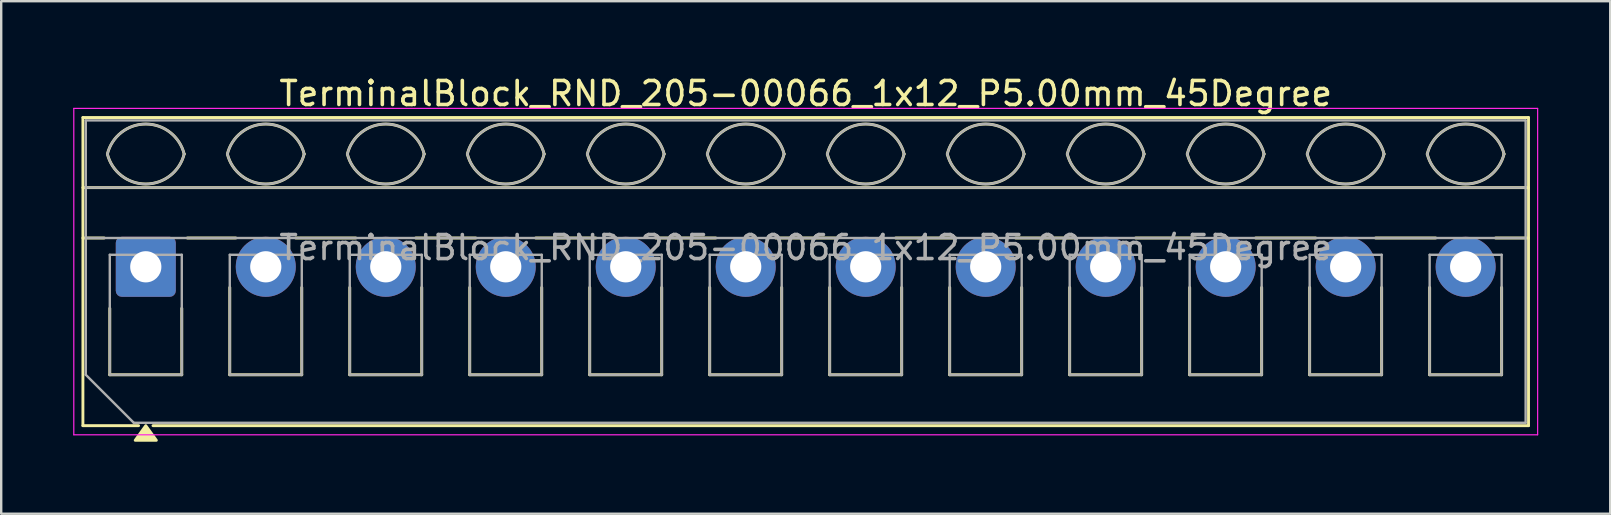
<source format=kicad_pcb>
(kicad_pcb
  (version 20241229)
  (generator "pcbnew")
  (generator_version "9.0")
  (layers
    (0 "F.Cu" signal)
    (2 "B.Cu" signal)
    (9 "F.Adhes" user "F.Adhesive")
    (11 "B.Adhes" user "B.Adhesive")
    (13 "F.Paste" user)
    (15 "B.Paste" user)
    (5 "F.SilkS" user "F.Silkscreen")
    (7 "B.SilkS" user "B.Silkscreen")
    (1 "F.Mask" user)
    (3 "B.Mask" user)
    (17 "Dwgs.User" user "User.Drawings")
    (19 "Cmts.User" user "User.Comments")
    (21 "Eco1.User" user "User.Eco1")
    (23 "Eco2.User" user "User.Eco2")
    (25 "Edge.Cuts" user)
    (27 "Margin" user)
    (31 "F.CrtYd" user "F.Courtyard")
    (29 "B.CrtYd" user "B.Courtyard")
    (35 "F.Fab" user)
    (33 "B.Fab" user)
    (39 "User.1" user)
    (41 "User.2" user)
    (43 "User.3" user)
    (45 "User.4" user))
  (footprint "TerminalBlock_RND_205-00066_1x12_P5.00mm_45Degree"
    (layer "F.Cu")
    (at 3.025 8.068)
    (property "Reference" "TerminalBlock_RND_205-00066_1x12_P5.00mm_45Degree" (at 27.5 -7.22 0) (layer "F.SilkS") (effects (font (size 1 1) (thickness 0.15))))
    (attr through_hole)
    (fp_line (start -2.62 -6.22) (end 57.62 -6.22) (stroke (width 0.12) (type solid)) (layer "F.SilkS"))
    (fp_line (start -2.62 -3.3) (end 57.62 -3.3) (stroke (width 0.12) (type solid)) (layer "F.SilkS"))
    (fp_line (start -2.62 -1.2) (end -1.73 -1.2) (stroke (width 0.12) (type solid)) (layer "F.SilkS"))
    (fp_line (start -2.62 6.62) (end -2.62 -6.22) (stroke (width 0.12) (type solid)) (layer "F.SilkS"))
    (fp_line (start -1.5 4.5) (end -1.5 1.73) (stroke (width 0.12) (type solid)) (layer "F.SilkS"))
    (fp_line (start -0.3 6.62) (end -2.62 6.62) (stroke (width 0.12) (type solid)) (layer "F.SilkS"))
    (fp_line (start 1.5 1.73) (end 1.5 4.5) (stroke (width 0.12) (type solid)) (layer "F.SilkS"))
    (fp_line (start 1.5 4.5) (end -1.5 4.5) (stroke (width 0.12) (type solid)) (layer "F.SilkS"))
    (fp_line (start 1.73 -1.2) (end 3.754 -1.2) (stroke (width 0.12) (type solid)) (layer "F.SilkS"))
    (fp_line (start 3.5 4.5) (end 3.5 0.862) (stroke (width 0.12) (type solid)) (layer "F.SilkS"))
    (fp_line (start 6.246 -1.2) (end 8.754 -1.2) (stroke (width 0.12) (type solid)) (layer "F.SilkS"))
    (fp_line (start 6.5 0.862) (end 6.5 4.5) (stroke (width 0.12) (type solid)) (layer "F.SilkS"))
    (fp_line (start 6.5 4.5) (end 3.5 4.5) (stroke (width 0.12) (type solid)) (layer "F.SilkS"))
    (fp_line (start 8.5 4.5) (end 8.5 0.862) (stroke (width 0.12) (type solid)) (layer "F.SilkS"))
    (fp_line (start 11.246 -1.2) (end 13.754 -1.2) (stroke (width 0.12) (type solid)) (layer "F.SilkS"))
    (fp_line (start 11.5 0.862) (end 11.5 4.5) (stroke (width 0.12) (type solid)) (layer "F.SilkS"))
    (fp_line (start 11.5 4.5) (end 8.5 4.5) (stroke (width 0.12) (type solid)) (layer "F.SilkS"))
    (fp_line (start 13.5 4.5) (end 13.5 0.862) (stroke (width 0.12) (type solid)) (layer "F.SilkS"))
    (fp_line (start 16.246 -1.2) (end 18.754 -1.2) (stroke (width 0.12) (type solid)) (layer "F.SilkS"))
    (fp_line (start 16.5 0.862) (end 16.5 4.5) (stroke (width 0.12) (type solid)) (layer "F.SilkS"))
    (fp_line (start 16.5 4.5) (end 13.5 4.5) (stroke (width 0.12) (type solid)) (layer "F.SilkS"))
    (fp_line (start 18.5 4.5) (end 18.5 0.862) (stroke (width 0.12) (type solid)) (layer "F.SilkS"))
    (fp_line (start 21.246 -1.2) (end 23.754 -1.2) (stroke (width 0.12) (type solid)) (layer "F.SilkS"))
    (fp_line (start 21.5 0.862) (end 21.5 4.5) (stroke (width 0.12) (type solid)) (layer "F.SilkS"))
    (fp_line (start 21.5 4.5) (end 18.5 4.5) (stroke (width 0.12) (type solid)) (layer "F.SilkS"))
    (fp_line (start 23.5 4.5) (end 23.5 0.862) (stroke (width 0.12) (type solid)) (layer "F.SilkS"))
    (fp_line (start 26.246 -1.2) (end 28.754 -1.2) (stroke (width 0.12) (type solid)) (layer "F.SilkS"))
    (fp_line (start 26.5 0.862) (end 26.5 4.5) (stroke (width 0.12) (type solid)) (layer "F.SilkS"))
    (fp_line (start 26.5 4.5) (end 23.5 4.5) (stroke (width 0.12) (type solid)) (layer "F.SilkS"))
    (fp_line (start 28.5 4.5) (end 28.5 0.862) (stroke (width 0.12) (type solid)) (layer "F.SilkS"))
    (fp_line (start 31.246 -1.2) (end 33.754 -1.2) (stroke (width 0.12) (type solid)) (layer "F.SilkS"))
    (fp_line (start 31.5 0.862) (end 31.5 4.5) (stroke (width 0.12) (type solid)) (layer "F.SilkS"))
    (fp_line (start 31.5 4.5) (end 28.5 4.5) (stroke (width 0.12) (type solid)) (layer "F.SilkS"))
    (fp_line (start 33.5 4.5) (end 33.5 0.862) (stroke (width 0.12) (type solid)) (layer "F.SilkS"))
    (fp_line (start 36.246 -1.2) (end 38.754 -1.2) (stroke (width 0.12) (type solid)) (layer "F.SilkS"))
    (fp_line (start 36.5 0.862) (end 36.5 4.5) (stroke (width 0.12) (type solid)) (layer "F.SilkS"))
    (fp_line (start 36.5 4.5) (end 33.5 4.5) (stroke (width 0.12) (type solid)) (layer "F.SilkS"))
    (fp_line (start 38.5 4.5) (end 38.5 0.862) (stroke (width 0.12) (type solid)) (layer "F.SilkS"))
    (fp_line (start 41.246 -1.2) (end 43.754 -1.2) (stroke (width 0.12) (type solid)) (layer "F.SilkS"))
    (fp_line (start 41.5 0.862) (end 41.5 4.5) (stroke (width 0.12) (type solid)) (layer "F.SilkS"))
    (fp_line (start 41.5 4.5) (end 38.5 4.5) (stroke (width 0.12) (type solid)) (layer "F.SilkS"))
    (fp_line (start 43.5 4.5) (end 43.5 0.862) (stroke (width 0.12) (type solid)) (layer "F.SilkS"))
    (fp_line (start 46.246 -1.2) (end 48.754 -1.2) (stroke (width 0.12) (type solid)) (layer "F.SilkS"))
    (fp_line (start 46.5 0.862) (end 46.5 4.5) (stroke (width 0.12) (type solid)) (layer "F.SilkS"))
    (fp_line (start 46.5 4.5) (end 43.5 4.5) (stroke (width 0.12) (type solid)) (layer "F.SilkS"))
    (fp_line (start 48.5 4.5) (end 48.5 0.862) (stroke (width 0.12) (type solid)) (layer "F.SilkS"))
    (fp_line (start 51.246 -1.2) (end 53.754 -1.2) (stroke (width 0.12) (type solid)) (layer "F.SilkS"))
    (fp_line (start 51.5 0.862) (end 51.5 4.5) (stroke (width 0.12) (type solid)) (layer "F.SilkS"))
    (fp_line (start 51.5 4.5) (end 48.5 4.5) (stroke (width 0.12) (type solid)) (layer "F.SilkS"))
    (fp_line (start 53.5 4.5) (end 53.5 0.862) (stroke (width 0.12) (type solid)) (layer "F.SilkS"))
    (fp_line (start 56.246 -1.2) (end 57.62 -1.2) (stroke (width 0.12) (type solid)) (layer "F.SilkS"))
    (fp_line (start 56.5 0.862) (end 56.5 4.5) (stroke (width 0.12) (type solid)) (layer "F.SilkS"))
    (fp_line (start 56.5 4.5) (end 53.5 4.5) (stroke (width 0.12) (type solid)) (layer "F.SilkS"))
    (fp_line (start 57.62 -6.22) (end 57.62 6.62) (stroke (width 0.12) (type solid)) (layer "F.SilkS"))
    (fp_line (start 57.62 6.62) (end 0.3 6.62) (stroke (width 0.12) (type solid)) (layer "F.SilkS"))
    (fp_arc (start -1.6 -4.7) (mid 0 -5.95) (end 1.6 -4.7) (stroke (width 0.12) (type solid)) (layer "F.SilkS"))
    (fp_arc (start 1.6 -4.7) (mid 0 -3.45) (end -1.6 -4.7) (stroke (width 0.12) (type solid)) (layer "F.SilkS"))
    (fp_arc (start 3.4 -4.7) (mid 5 -5.95) (end 6.6 -4.7) (stroke (width 0.12) (type solid)) (layer "F.SilkS"))
    (fp_arc (start 6.6 -4.7) (mid 5 -3.45) (end 3.4 -4.7) (stroke (width 0.12) (type solid)) (layer "F.SilkS"))
    (fp_arc (start 8.4 -4.7) (mid 10 -5.95) (end 11.6 -4.7) (stroke (width 0.12) (type solid)) (layer "F.SilkS"))
    (fp_arc (start 11.6 -4.7) (mid 10 -3.45) (end 8.4 -4.7) (stroke (width 0.12) (type solid)) (layer "F.SilkS"))
    (fp_arc (start 13.4 -4.7) (mid 15 -5.95) (end 16.6 -4.7) (stroke (width 0.12) (type solid)) (layer "F.SilkS"))
    (fp_arc (start 16.6 -4.7) (mid 15 -3.45) (end 13.4 -4.7) (stroke (width 0.12) (type solid)) (layer "F.SilkS"))
    (fp_arc (start 18.4 -4.7) (mid 20 -5.95) (end 21.6 -4.7) (stroke (width 0.12) (type solid)) (layer "F.SilkS"))
    (fp_arc (start 21.6 -4.7) (mid 20 -3.45) (end 18.4 -4.7) (stroke (width 0.12) (type solid)) (layer "F.SilkS"))
    (fp_arc (start 23.4 -4.7) (mid 25 -5.95) (end 26.6 -4.7) (stroke (width 0.12) (type solid)) (layer "F.SilkS"))
    (fp_arc (start 26.6 -4.7) (mid 25 -3.45) (end 23.4 -4.7) (stroke (width 0.12) (type solid)) (layer "F.SilkS"))
    (fp_arc (start 28.4 -4.7) (mid 30 -5.95) (end 31.6 -4.7) (stroke (width 0.12) (type solid)) (layer "F.SilkS"))
    (fp_arc (start 31.6 -4.7) (mid 30 -3.45) (end 28.4 -4.7) (stroke (width 0.12) (type solid)) (layer "F.SilkS"))
    (fp_arc (start 33.4 -4.7) (mid 35 -5.95) (end 36.6 -4.7) (stroke (width 0.12) (type solid)) (layer "F.SilkS"))
    (fp_arc (start 36.6 -4.7) (mid 35 -3.45) (end 33.4 -4.7) (stroke (width 0.12) (type solid)) (layer "F.SilkS"))
    (fp_arc (start 38.4 -4.7) (mid 40 -5.95) (end 41.6 -4.7) (stroke (width 0.12) (type solid)) (layer "F.SilkS"))
    (fp_arc (start 41.6 -4.7) (mid 40 -3.45) (end 38.4 -4.7) (stroke (width 0.12) (type solid)) (layer "F.SilkS"))
    (fp_arc (start 43.4 -4.7) (mid 45 -5.95) (end 46.6 -4.7) (stroke (width 0.12) (type solid)) (layer "F.SilkS"))
    (fp_arc (start 46.6 -4.7) (mid 45 -3.45) (end 43.4 -4.7) (stroke (width 0.12) (type solid)) (layer "F.SilkS"))
    (fp_arc (start 48.4 -4.7) (mid 50 -5.95) (end 51.6 -4.7) (stroke (width 0.12) (type solid)) (layer "F.SilkS"))
    (fp_arc (start 51.6 -4.7) (mid 50 -3.45) (end 48.4 -4.7) (stroke (width 0.12) (type solid)) (layer "F.SilkS"))
    (fp_arc (start 53.4 -4.7) (mid 55 -5.95) (end 56.6 -4.7) (stroke (width 0.12) (type solid)) (layer "F.SilkS"))
    (fp_arc (start 56.6 -4.7) (mid 55 -3.45) (end 53.4 -4.7) (stroke (width 0.12) (type solid)) (layer "F.SilkS"))
    (fp_poly (pts (xy 0 6.62) (xy 0.44 7.23) (xy -0.44 7.23)) (stroke (width 0.12) (type solid)) (fill yes) (layer "F.SilkS"))
    (fp_line (start -3 -6.6) (end -3 7) (stroke (width 0.05) (type solid)) (layer "F.CrtYd"))
    (fp_line (start -3 7) (end 58 7) (stroke (width 0.05) (type solid)) (layer "F.CrtYd"))
    (fp_line (start 58 -6.6) (end -3 -6.6) (stroke (width 0.05) (type solid)) (layer "F.CrtYd"))
    (fp_line (start 58 7) (end 58 -6.6) (stroke (width 0.05) (type solid)) (layer "F.CrtYd"))
    (fp_line (start -2.5 -6.1) (end 57.5 -6.1) (stroke (width 0.1) (type solid)) (layer "F.Fab"))
    (fp_line (start -2.5 -3.3) (end 57.5 -3.3) (stroke (width 0.1) (type solid)) (layer "F.Fab"))
    (fp_line (start -2.5 -1.2) (end 57.5 -1.2) (stroke (width 0.1) (type solid)) (layer "F.Fab"))
    (fp_line (start -2.5 4.5) (end -2.5 -6.1) (stroke (width 0.1) (type solid)) (layer "F.Fab"))
    (fp_line (start -1.5 -0.5) (end -1.5 4.5) (stroke (width 0.1) (type solid)) (layer "F.Fab"))
    (fp_line (start -1.5 4.5) (end 1.5 4.5) (stroke (width 0.1) (type solid)) (layer "F.Fab"))
    (fp_line (start -0.5 6.5) (end -2.5 4.5) (stroke (width 0.1) (type solid)) (layer "F.Fab"))
    (fp_line (start 1.5 -0.5) (end -1.5 -0.5) (stroke (width 0.1) (type solid)) (layer "F.Fab"))
    (fp_line (start 1.5 4.5) (end 1.5 -0.5) (stroke (width 0.1) (type solid)) (layer "F.Fab"))
    (fp_line (start 3.5 -0.5) (end 3.5 4.5) (stroke (width 0.1) (type solid)) (layer "F.Fab"))
    (fp_line (start 3.5 4.5) (end 6.5 4.5) (stroke (width 0.1) (type solid)) (layer "F.Fab"))
    (fp_line (start 6.5 -0.5) (end 3.5 -0.5) (stroke (width 0.1) (type solid)) (layer "F.Fab"))
    (fp_line (start 6.5 4.5) (end 6.5 -0.5) (stroke (width 0.1) (type solid)) (layer "F.Fab"))
    (fp_line (start 8.5 -0.5) (end 8.5 4.5) (stroke (width 0.1) (type solid)) (layer "F.Fab"))
    (fp_line (start 8.5 4.5) (end 11.5 4.5) (stroke (width 0.1) (type solid)) (layer "F.Fab"))
    (fp_line (start 11.5 -0.5) (end 8.5 -0.5) (stroke (width 0.1) (type solid)) (layer "F.Fab"))
    (fp_line (start 11.5 4.5) (end 11.5 -0.5) (stroke (width 0.1) (type solid)) (layer "F.Fab"))
    (fp_line (start 13.5 -0.5) (end 13.5 4.5) (stroke (width 0.1) (type solid)) (layer "F.Fab"))
    (fp_line (start 13.5 4.5) (end 16.5 4.5) (stroke (width 0.1) (type solid)) (layer "F.Fab"))
    (fp_line (start 16.5 -0.5) (end 13.5 -0.5) (stroke (width 0.1) (type solid)) (layer "F.Fab"))
    (fp_line (start 16.5 4.5) (end 16.5 -0.5) (stroke (width 0.1) (type solid)) (layer "F.Fab"))
    (fp_line (start 18.5 -0.5) (end 18.5 4.5) (stroke (width 0.1) (type solid)) (layer "F.Fab"))
    (fp_line (start 18.5 4.5) (end 21.5 4.5) (stroke (width 0.1) (type solid)) (layer "F.Fab"))
    (fp_line (start 21.5 -0.5) (end 18.5 -0.5) (stroke (width 0.1) (type solid)) (layer "F.Fab"))
    (fp_line (start 21.5 4.5) (end 21.5 -0.5) (stroke (width 0.1) (type solid)) (layer "F.Fab"))
    (fp_line (start 23.5 -0.5) (end 23.5 4.5) (stroke (width 0.1) (type solid)) (layer "F.Fab"))
    (fp_line (start 23.5 4.5) (end 26.5 4.5) (stroke (width 0.1) (type solid)) (layer "F.Fab"))
    (fp_line (start 26.5 -0.5) (end 23.5 -0.5) (stroke (width 0.1) (type solid)) (layer "F.Fab"))
    (fp_line (start 26.5 4.5) (end 26.5 -0.5) (stroke (width 0.1) (type solid)) (layer "F.Fab"))
    (fp_line (start 28.5 -0.5) (end 28.5 4.5) (stroke (width 0.1) (type solid)) (layer "F.Fab"))
    (fp_line (start 28.5 4.5) (end 31.5 4.5) (stroke (width 0.1) (type solid)) (layer "F.Fab"))
    (fp_line (start 31.5 -0.5) (end 28.5 -0.5) (stroke (width 0.1) (type solid)) (layer "F.Fab"))
    (fp_line (start 31.5 4.5) (end 31.5 -0.5) (stroke (width 0.1) (type solid)) (layer "F.Fab"))
    (fp_line (start 33.5 -0.5) (end 33.5 4.5) (stroke (width 0.1) (type solid)) (layer "F.Fab"))
    (fp_line (start 33.5 4.5) (end 36.5 4.5) (stroke (width 0.1) (type solid)) (layer "F.Fab"))
    (fp_line (start 36.5 -0.5) (end 33.5 -0.5) (stroke (width 0.1) (type solid)) (layer "F.Fab"))
    (fp_line (start 36.5 4.5) (end 36.5 -0.5) (stroke (width 0.1) (type solid)) (layer "F.Fab"))
    (fp_line (start 38.5 -0.5) (end 38.5 4.5) (stroke (width 0.1) (type solid)) (layer "F.Fab"))
    (fp_line (start 38.5 4.5) (end 41.5 4.5) (stroke (width 0.1) (type solid)) (layer "F.Fab"))
    (fp_line (start 41.5 -0.5) (end 38.5 -0.5) (stroke (width 0.1) (type solid)) (layer "F.Fab"))
    (fp_line (start 41.5 4.5) (end 41.5 -0.5) (stroke (width 0.1) (type solid)) (layer "F.Fab"))
    (fp_line (start 43.5 -0.5) (end 43.5 4.5) (stroke (width 0.1) (type solid)) (layer "F.Fab"))
    (fp_line (start 43.5 4.5) (end 46.5 4.5) (stroke (width 0.1) (type solid)) (layer "F.Fab"))
    (fp_line (start 46.5 -0.5) (end 43.5 -0.5) (stroke (width 0.1) (type solid)) (layer "F.Fab"))
    (fp_line (start 46.5 4.5) (end 46.5 -0.5) (stroke (width 0.1) (type solid)) (layer "F.Fab"))
    (fp_line (start 48.5 -0.5) (end 48.5 4.5) (stroke (width 0.1) (type solid)) (layer "F.Fab"))
    (fp_line (start 48.5 4.5) (end 51.5 4.5) (stroke (width 0.1) (type solid)) (layer "F.Fab"))
    (fp_line (start 51.5 -0.5) (end 48.5 -0.5) (stroke (width 0.1) (type solid)) (layer "F.Fab"))
    (fp_line (start 51.5 4.5) (end 51.5 -0.5) (stroke (width 0.1) (type solid)) (layer "F.Fab"))
    (fp_line (start 53.5 -0.5) (end 53.5 4.5) (stroke (width 0.1) (type solid)) (layer "F.Fab"))
    (fp_line (start 53.5 4.5) (end 56.5 4.5) (stroke (width 0.1) (type solid)) (layer "F.Fab"))
    (fp_line (start 56.5 -0.5) (end 53.5 -0.5) (stroke (width 0.1) (type solid)) (layer "F.Fab"))
    (fp_line (start 56.5 4.5) (end 56.5 -0.5) (stroke (width 0.1) (type solid)) (layer "F.Fab"))
    (fp_line (start 57.5 -6.1) (end 57.5 6.5) (stroke (width 0.1) (type solid)) (layer "F.Fab"))
    (fp_line (start 57.5 6.5) (end -0.5 6.5) (stroke (width 0.1) (type solid)) (layer "F.Fab"))
    (fp_arc (start -1.6 -4.7) (mid 0 -5.95) (end 1.6 -4.7) (stroke (width 0.1) (type solid)) (layer "F.Fab"))
    (fp_arc (start 1.6 -4.7) (mid 0 -3.45) (end -1.6 -4.7) (stroke (width 0.1) (type solid)) (layer "F.Fab"))
    (fp_arc (start 3.4 -4.7) (mid 5 -5.95) (end 6.6 -4.7) (stroke (width 0.1) (type solid)) (layer "F.Fab"))
    (fp_arc (start 6.6 -4.7) (mid 5 -3.45) (end 3.4 -4.7) (stroke (width 0.1) (type solid)) (layer "F.Fab"))
    (fp_arc (start 8.4 -4.7) (mid 10 -5.95) (end 11.6 -4.7) (stroke (width 0.1) (type solid)) (layer "F.Fab"))
    (fp_arc (start 11.6 -4.7) (mid 10 -3.45) (end 8.4 -4.7) (stroke (width 0.1) (type solid)) (layer "F.Fab"))
    (fp_arc (start 13.4 -4.7) (mid 15 -5.95) (end 16.6 -4.7) (stroke (width 0.1) (type solid)) (layer "F.Fab"))
    (fp_arc (start 16.6 -4.7) (mid 15 -3.45) (end 13.4 -4.7) (stroke (width 0.1) (type solid)) (layer "F.Fab"))
    (fp_arc (start 18.4 -4.7) (mid 20 -5.95) (end 21.6 -4.7) (stroke (width 0.1) (type solid)) (layer "F.Fab"))
    (fp_arc (start 21.6 -4.7) (mid 20 -3.45) (end 18.4 -4.7) (stroke (width 0.1) (type solid)) (layer "F.Fab"))
    (fp_arc (start 23.4 -4.7) (mid 25 -5.95) (end 26.6 -4.7) (stroke (width 0.1) (type solid)) (layer "F.Fab"))
    (fp_arc (start 26.6 -4.7) (mid 25 -3.45) (end 23.4 -4.7) (stroke (width 0.1) (type solid)) (layer "F.Fab"))
    (fp_arc (start 28.4 -4.7) (mid 30 -5.95) (end 31.6 -4.7) (stroke (width 0.1) (type solid)) (layer "F.Fab"))
    (fp_arc (start 31.6 -4.7) (mid 30 -3.45) (end 28.4 -4.7) (stroke (width 0.1) (type solid)) (layer "F.Fab"))
    (fp_arc (start 33.4 -4.7) (mid 35 -5.95) (end 36.6 -4.7) (stroke (width 0.1) (type solid)) (layer "F.Fab"))
    (fp_arc (start 36.6 -4.7) (mid 35 -3.45) (end 33.4 -4.7) (stroke (width 0.1) (type solid)) (layer "F.Fab"))
    (fp_arc (start 38.4 -4.7) (mid 40 -5.95) (end 41.6 -4.7) (stroke (width 0.1) (type solid)) (layer "F.Fab"))
    (fp_arc (start 41.6 -4.7) (mid 40 -3.45) (end 38.4 -4.7) (stroke (width 0.1) (type solid)) (layer "F.Fab"))
    (fp_arc (start 43.4 -4.7) (mid 45 -5.95) (end 46.6 -4.7) (stroke (width 0.1) (type solid)) (layer "F.Fab"))
    (fp_arc (start 46.6 -4.7) (mid 45 -3.45) (end 43.4 -4.7) (stroke (width 0.1) (type solid)) (layer "F.Fab"))
    (fp_arc (start 48.4 -4.7) (mid 50 -5.95) (end 51.6 -4.7) (stroke (width 0.1) (type solid)) (layer "F.Fab"))
    (fp_arc (start 51.6 -4.7) (mid 50 -3.45) (end 48.4 -4.7) (stroke (width 0.1) (type solid)) (layer "F.Fab"))
    (fp_arc (start 53.4 -4.7) (mid 55 -5.95) (end 56.6 -4.7) (stroke (width 0.1) (type solid)) (layer "F.Fab"))
    (fp_arc (start 56.6 -4.7) (mid 55 -3.45) (end 53.4 -4.7) (stroke (width 0.1) (type solid)) (layer "F.Fab"))
    (fp_text user "${REFERENCE}" (at 27.5 -0.8 0) (layer "F.Fab") (effects (font (size 1 1) (thickness 0.15))))
    (pad "1" thru_hole roundrect (at 0 0) (size 2.5 2.5) (drill 1.3) (layers "*.Cu" "*.Mask") (roundrect_rratio 0.1))
    (pad "2" thru_hole circle (at 5 0) (size 2.5 2.5) (drill 1.3) (layers "*.Cu" "*.Mask"))
    (pad "3" thru_hole circle (at 10 0) (size 2.5 2.5) (drill 1.3) (layers "*.Cu" "*.Mask"))
    (pad "4" thru_hole circle (at 15 0) (size 2.5 2.5) (drill 1.3) (layers "*.Cu" "*.Mask"))
    (pad "5" thru_hole circle (at 20 0) (size 2.5 2.5) (drill 1.3) (layers "*.Cu" "*.Mask"))
    (pad "6" thru_hole circle (at 25 0) (size 2.5 2.5) (drill 1.3) (layers "*.Cu" "*.Mask"))
    (pad "7" thru_hole circle (at 30 0) (size 2.5 2.5) (drill 1.3) (layers "*.Cu" "*.Mask"))
    (pad "8" thru_hole circle (at 35 0) (size 2.5 2.5) (drill 1.3) (layers "*.Cu" "*.Mask"))
    (pad "9" thru_hole circle (at 40 0) (size 2.5 2.5) (drill 1.3) (layers "*.Cu" "*.Mask"))
    (pad "10" thru_hole circle (at 45 0) (size 2.5 2.5) (drill 1.3) (layers "*.Cu" "*.Mask"))
    (pad "11" thru_hole circle (at 50 0) (size 2.5 2.5) (drill 1.3) (layers "*.Cu" "*.Mask"))
    (pad "12" thru_hole circle (at 55 0) (size 2.5 2.5) (drill 1.3) (layers "*.Cu" "*.Mask")))
  (gr_rect
    (start -3 -3)
    (end 64.05 18.358)
    (stroke (width 0.1) (type default))
    (fill no)
    (layer "Edge.Cuts")))
</source>
